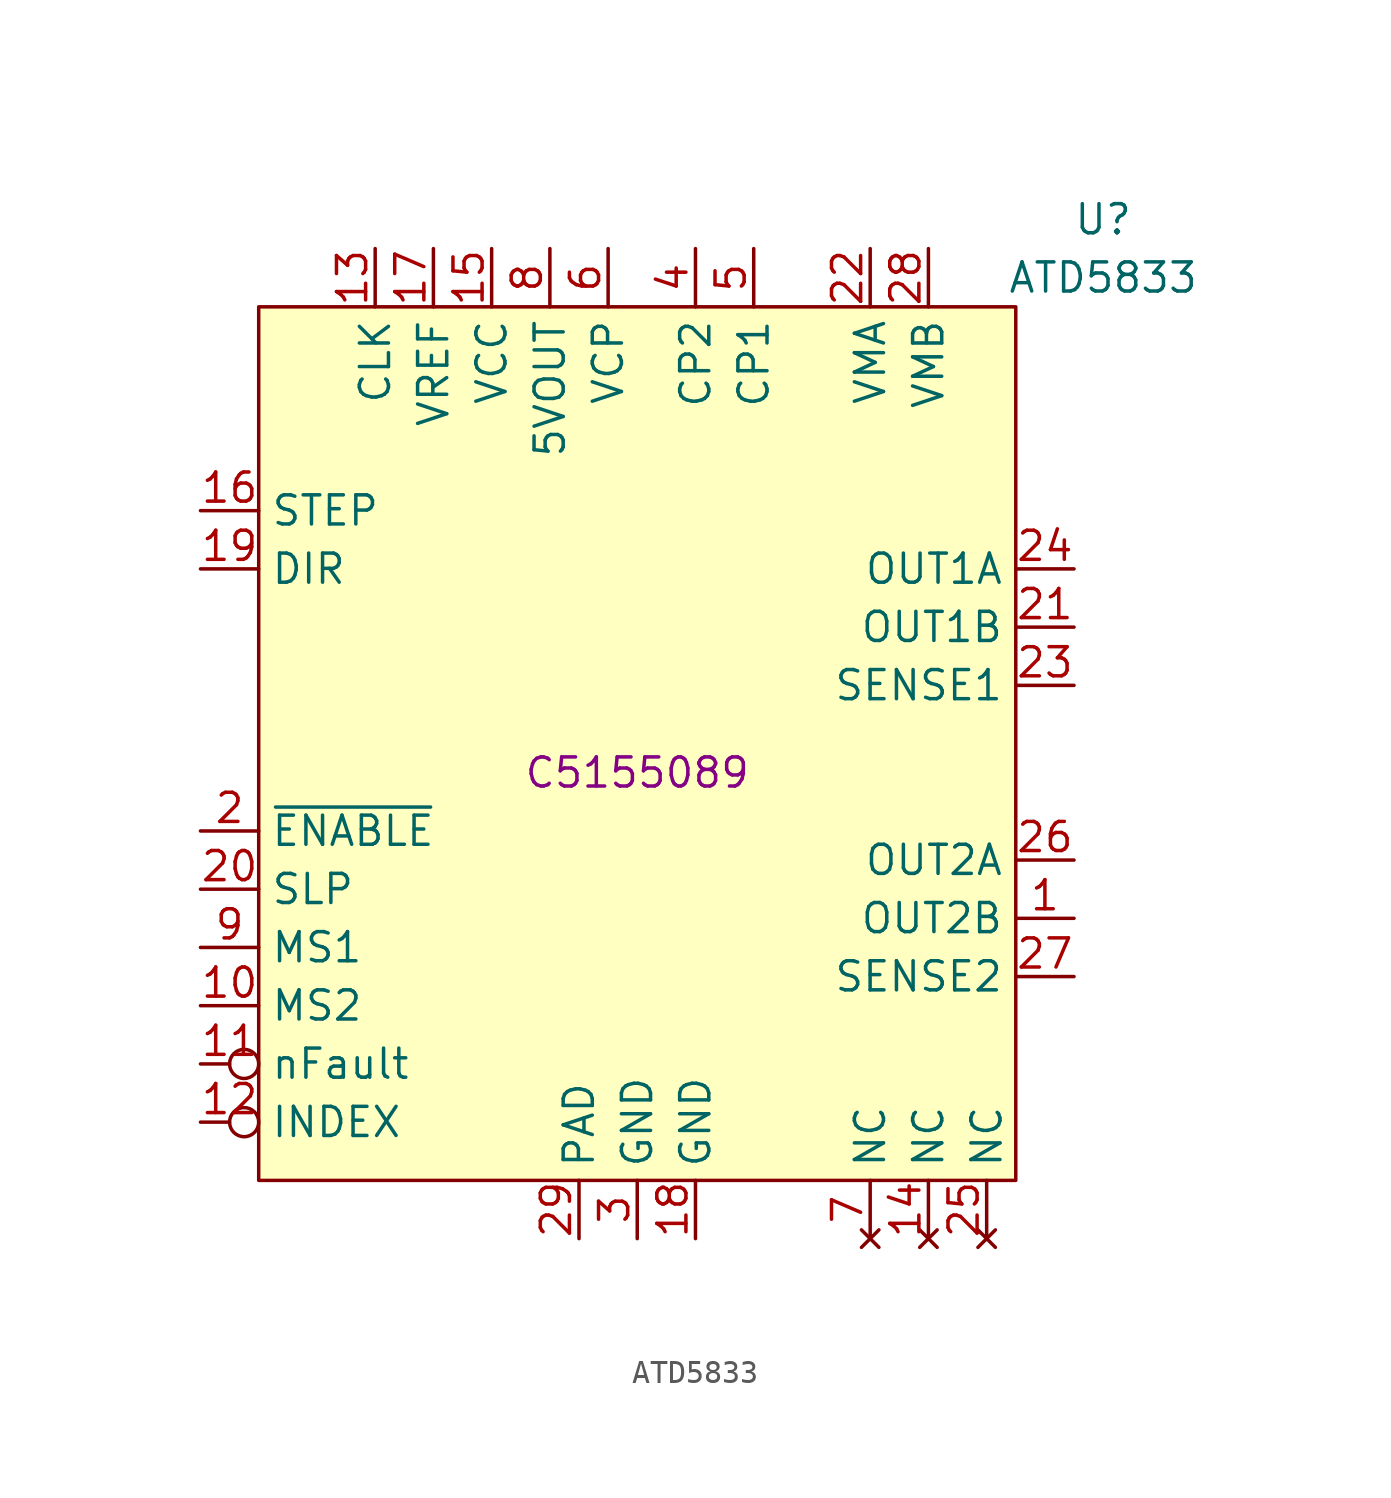
<source format=kicad_sym>
(kicad_symbol_lib
  (version 20231120)
  (generator "kicad_symbol_editor")
  (generator_version "8.0")
  (symbol "ATD5833"
    (property "Reference" "U"
      (at 20.32 24.13 0)
      (effects (font (size 1.27 1.27))))
    (property "Value" "ATD5833"
      (at 20.32 21.59 0)
      (effects (font (size 1.27 1.27))))
    (property "LCSC" "C5155089"
      (at 0 0 0)
      (effects (font (size 1.27 1.27))))
    (symbol "ATD5833_1_1"
      (rectangle (start -16.51 20.32) (end 16.51 -17.78) (stroke (width 0) (type default)) (fill (type background)))
      (pin output line (at 19.05 -6.35 180) (length 2.54) (name "OUT2B" (effects (font (size 1.27 1.27)))) (number "1" (effects (font (size 1.27 1.27)))))
      (pin input line (at -19.05 -10.16 0) (length 2.54) (name "MS2" (effects (font (size 1.27 1.27)))) (number "10" (effects (font (size 1.27 1.27)))))
      (pin output inverted (at -19.05 -12.7 0) (length 2.54) (name "nFault" (effects (font (size 1.27 1.27)))) (number "11" (effects (font (size 1.27 1.27)))))
      (pin output inverted (at -19.05 -15.24 0) (length 2.54) (name "INDEX" (effects (font (size 1.27 1.27)))) (number "12" (effects (font (size 1.27 1.27)))))
      (pin input line (at -11.43 22.86 270) (length 2.54) (name "CLK" (effects (font (size 1.27 1.27)))) (number "13" (effects (font (size 1.27 1.27)))))
      (pin no_connect line (at 12.7 -20.32 90) (length 2.54) (name "NC" (effects (font (size 1.27 1.27)))) (number "14" (effects (font (size 1.27 1.27)))))
      (pin power_in line (at -6.35 22.86 270) (length 2.54) (name "VCC" (effects (font (size 1.27 1.27)))) (number "15" (effects (font (size 1.27 1.27)))))
      (pin input line (at -19.05 11.43 0) (length 2.54) (name "STEP" (effects (font (size 1.27 1.27)))) (number "16" (effects (font (size 1.27 1.27)))))
      (pin input line (at -8.89 22.86 270) (length 2.54) (name "VREF" (effects (font (size 1.27 1.27)))) (number "17" (effects (font (size 1.27 1.27)))))
      (pin power_in line (at 2.54 -20.32 90) (length 2.54) (name "GND" (effects (font (size 1.27 1.27)))) (number "18" (effects (font (size 1.27 1.27)))))
      (pin input line (at -19.05 8.89 0) (length 2.54) (name "DIR" (effects (font (size 1.27 1.27)))) (number "19" (effects (font (size 1.27 1.27)))))
      (pin input line (at -19.05 -2.54 0) (length 2.54) (name "~{ENABLE}" (effects (font (size 1.27 1.27)))) (number "2" (effects (font (size 1.27 1.27)))))
      (pin input line (at -19.05 -5.08 0) (length 2.54) (name "SLP" (effects (font (size 1.27 1.27)))) (number "20" (effects (font (size 1.27 1.27)))))
      (pin output line (at 19.05 6.35 180) (length 2.54) (name "OUT1B" (effects (font (size 1.27 1.27)))) (number "21" (effects (font (size 1.27 1.27)))))
      (pin power_in line (at 10.16 22.86 270) (length 2.54) (name "VMA" (effects (font (size 1.27 1.27)))) (number "22" (effects (font (size 1.27 1.27)))))
      (pin input line (at 19.05 3.81 180) (length 2.54) (name "SENSE1" (effects (font (size 1.27 1.27)))) (number "23" (effects (font (size 1.27 1.27)))))
      (pin output line (at 19.05 8.89 180) (length 2.54) (name "OUT1A" (effects (font (size 1.27 1.27)))) (number "24" (effects (font (size 1.27 1.27)))))
      (pin no_connect line (at 15.24 -20.32 90) (length 2.54) (name "NC" (effects (font (size 1.27 1.27)))) (number "25" (effects (font (size 1.27 1.27)))))
      (pin output line (at 19.05 -3.81 180) (length 2.54) (name "OUT2A" (effects (font (size 1.27 1.27)))) (number "26" (effects (font (size 1.27 1.27)))))
      (pin input line (at 19.05 -8.89 180) (length 2.54) (name "SENSE2" (effects (font (size 1.27 1.27)))) (number "27" (effects (font (size 1.27 1.27)))))
      (pin power_in line (at 12.7 22.86 270) (length 2.54) (name "VMB" (effects (font (size 1.27 1.27)))) (number "28" (effects (font (size 1.27 1.27)))))
      (pin passive line (at -2.54 -20.32 90) (length 2.54) (name "PAD" (effects (font (size 1.27 1.27)))) (number "29" (effects (font (size 1.27 1.27)))))
      (pin power_in line (at 0 -20.32 90) (length 2.54) (name "GND" (effects (font (size 1.27 1.27)))) (number "3" (effects (font (size 1.27 1.27)))))
      (pin passive line (at 2.54 22.86 270) (length 2.54) (name "CP2" (effects (font (size 1.27 1.27)))) (number "4" (effects (font (size 1.27 1.27)))))
      (pin passive line (at 5.08 22.86 270) (length 2.54) (name "CP1" (effects (font (size 1.27 1.27)))) (number "5" (effects (font (size 1.27 1.27)))))
      (pin passive line (at -1.27 22.86 270) (length 2.54) (name "VCP" (effects (font (size 1.27 1.27)))) (number "6" (effects (font (size 1.27 1.27)))))
      (pin no_connect line (at 10.16 -20.32 90) (length 2.54) (name "NC" (effects (font (size 1.27 1.27)))) (number "7" (effects (font (size 1.27 1.27)))))
      (pin power_out line (at -3.81 22.86 270) (length 2.54) (name "5VOUT" (effects (font (size 1.27 1.27)))) (number "8" (effects (font (size 1.27 1.27)))))
      (pin input line (at -19.05 -7.62 0) (length 2.54) (name "MS1" (effects (font (size 1.27 1.27)))) (number "9" (effects (font (size 1.27 1.27))))))))
</source>
